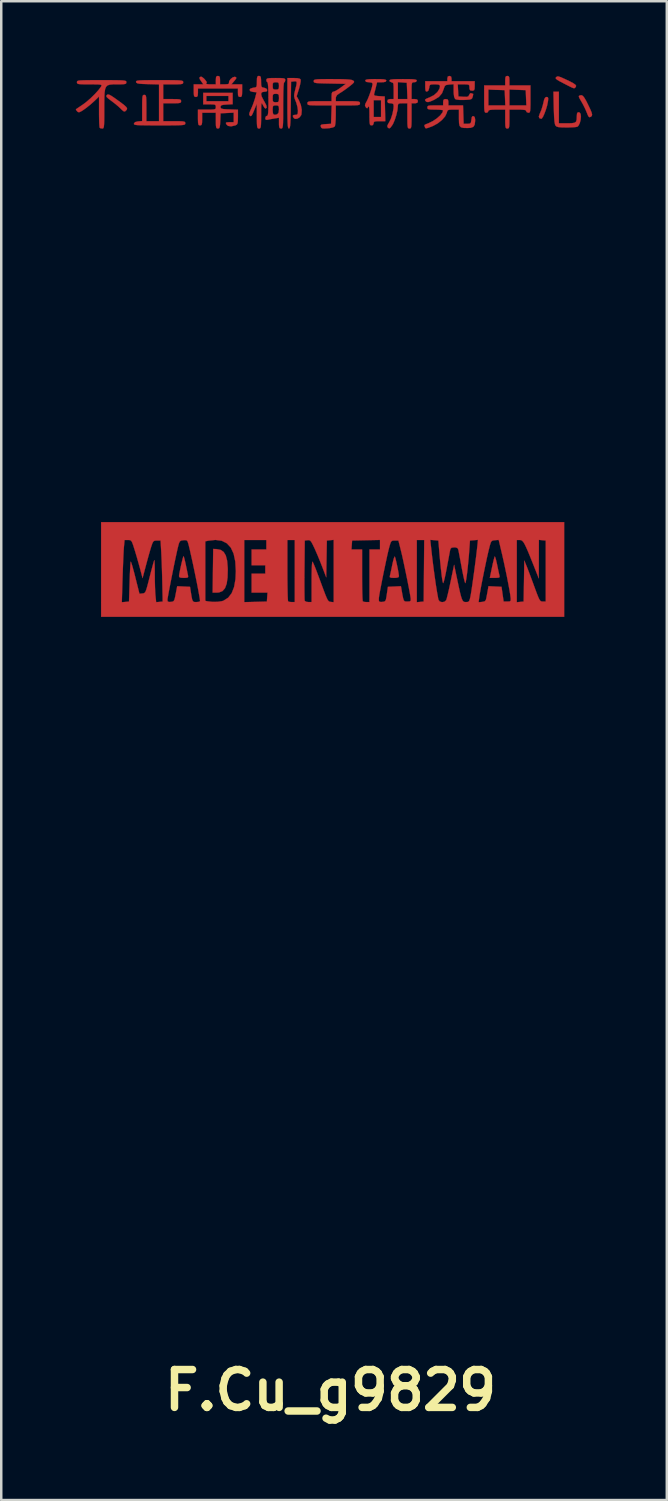
<source format=kicad_pcb>
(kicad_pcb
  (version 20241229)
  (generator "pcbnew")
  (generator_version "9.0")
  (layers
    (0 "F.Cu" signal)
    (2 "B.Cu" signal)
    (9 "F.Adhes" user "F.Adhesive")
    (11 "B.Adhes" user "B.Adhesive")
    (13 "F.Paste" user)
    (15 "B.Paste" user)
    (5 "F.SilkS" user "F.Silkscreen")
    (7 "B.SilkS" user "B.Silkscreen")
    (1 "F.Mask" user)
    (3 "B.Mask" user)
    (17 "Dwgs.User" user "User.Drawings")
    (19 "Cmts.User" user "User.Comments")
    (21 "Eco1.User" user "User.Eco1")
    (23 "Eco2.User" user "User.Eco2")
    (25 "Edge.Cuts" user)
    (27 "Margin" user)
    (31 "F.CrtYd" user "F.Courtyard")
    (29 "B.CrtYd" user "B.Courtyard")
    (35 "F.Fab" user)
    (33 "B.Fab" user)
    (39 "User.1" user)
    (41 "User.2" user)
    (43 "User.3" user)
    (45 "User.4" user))
  (footprint "F.Cu_g9829"
    (layer "F.Cu")
    (at 10.247 52.879)
    (property "Reference" "F.Cu_g9829" (at 0 0 0) (layer "F.SilkS") (effects (font (size 1.524 1.524) (thickness 0.3))))
    (attr through_hole)
    (fp_poly (pts (xy -4.582 -33.839) (xy -4.42 -33.807) (xy -4.298 -33.724) (xy -4.213 -33.581) (xy -4.16 -33.374) (xy -4.136 -33.093) (xy -4.134 -33.02) (xy -4.142 -32.696) (xy -4.178 -32.447) (xy -4.245 -32.267) (xy -4.345 -32.152) (xy -4.481 -32.096) (xy -4.571 -32.089) (xy -4.743 -32.089) (xy -4.732 -32.967) (xy -4.72 -33.846) (xy -4.582 -33.839)) (stroke (width 0.01) (type solid)) (fill yes) (layer "F.Cu"))
    (fp_poly (pts (xy 6.624 -33.517) (xy 6.653 -33.423) (xy 6.687 -33.28) (xy 6.704 -33.199) (xy 6.74 -33.024) (xy 6.772 -32.875) (xy 6.795 -32.775) (xy 6.8 -32.755) (xy 6.801 -32.711) (xy 6.759 -32.689) (xy 6.655 -32.682) (xy 6.615 -32.681) (xy 6.408 -32.681) (xy 6.495 -33.101) (xy 6.534 -33.28) (xy 6.569 -33.425) (xy 6.596 -33.519) (xy 6.606 -33.544) (xy 6.624 -33.517)) (stroke (width 0.01) (type solid)) (fill yes) (layer "F.Cu"))
    (fp_poly (pts (xy -8.911 -52.123) (xy -8.831 -52.082) (xy -8.708 -52.001) (xy -8.595 -51.92) (xy -8.411 -51.786) (xy -8.287 -51.689) (xy -8.215 -51.621) (xy -8.186 -51.572) (xy -8.191 -51.531) (xy -8.213 -51.498) (xy -8.265 -51.448) (xy -8.315 -51.447) (xy -8.386 -51.501) (xy -8.445 -51.561) (xy -8.542 -51.652) (xy -8.679 -51.765) (xy -8.812 -51.867) (xy -8.939 -51.963) (xy -9.005 -52.026) (xy -9.021 -52.069) (xy -8.998 -52.107) (xy -8.962 -52.129) (xy -8.911 -52.123)) (stroke (width 0.01) (type solid)) (fill yes) (layer "F.Cu"))
    (fp_poly (pts (xy -5.899 -33.524) (xy -5.872 -33.429) (xy -5.839 -33.287) (xy -5.825 -33.222) (xy -5.789 -33.048) (xy -5.758 -32.896) (xy -5.737 -32.793) (xy -5.733 -32.777) (xy -5.729 -32.718) (xy -5.761 -32.69) (xy -5.85 -32.682) (xy -5.905 -32.681) (xy -6.026 -32.688) (xy -6.083 -32.712) (xy -6.095 -32.755) (xy -6.086 -32.83) (xy -6.062 -32.955) (xy -6.03 -33.109) (xy -5.994 -33.269) (xy -5.959 -33.412) (xy -5.931 -33.515) (xy -5.916 -33.553) (xy -5.899 -33.524)) (stroke (width 0.01) (type solid)) (fill yes) (layer "F.Cu"))
    (fp_poly (pts (xy 2.605 -33.486) (xy 2.634 -33.373) (xy 2.668 -33.224) (xy 2.702 -33.062) (xy 2.73 -32.91) (xy 2.748 -32.792) (xy 2.752 -32.744) (xy 2.726 -32.703) (xy 2.64 -32.684) (xy 2.558 -32.681) (xy 2.44 -32.686) (xy 2.388 -32.706) (xy 2.384 -32.748) (xy 2.386 -32.755) (xy 2.404 -32.829) (xy 2.433 -32.962) (xy 2.468 -33.13) (xy 2.482 -33.2) (xy 2.518 -33.359) (xy 2.551 -33.477) (xy 2.577 -33.536) (xy 2.586 -33.538) (xy 2.605 -33.486)) (stroke (width 0.01) (type solid)) (fill yes) (layer "F.Cu"))
    (fp_poly (pts (xy 8.739 -52.019) (xy 8.757 -51.978) (xy 8.751 -51.883) (xy 8.743 -51.827) (xy 8.712 -51.68) (xy 8.664 -51.517) (xy 8.607 -51.362) (xy 8.55 -51.236) (xy 8.501 -51.162) (xy 8.486 -51.152) (xy 8.421 -51.165) (xy 8.397 -51.183) (xy 8.379 -51.244) (xy 8.414 -51.351) (xy 8.431 -51.384) (xy 8.485 -51.516) (xy 8.536 -51.684) (xy 8.56 -51.783) (xy 8.595 -51.926) (xy 8.632 -52.001) (xy 8.679 -52.027) (xy 8.692 -52.028) (xy 8.739 -52.019)) (stroke (width 0.01) (type solid)) (fill yes) (layer "F.Cu"))
    (fp_poly (pts (xy 10.154 -52.069) (xy 10.215 -51.991) (xy 10.293 -51.855) (xy 10.365 -51.71) (xy 10.454 -51.522) (xy 10.506 -51.395) (xy 10.523 -51.312) (xy 10.508 -51.262) (xy 10.466 -51.228) (xy 10.416 -51.213) (xy 10.377 -51.243) (xy 10.335 -51.332) (xy 10.312 -51.393) (xy 10.247 -51.547) (xy 10.159 -51.724) (xy 10.097 -51.833) (xy 10.023 -51.96) (xy 9.99 -52.033) (xy 9.994 -52.07) (xy 10.03 -52.09) (xy 10.04 -52.093) (xy 10.099 -52.099) (xy 10.154 -52.069)) (stroke (width 0.01) (type solid)) (fill yes) (layer "F.Cu"))
    (fp_poly (pts (xy 9.265 -52.823) (xy 9.41 -52.758) (xy 9.426 -52.751) (xy 9.633 -52.652) (xy 9.771 -52.578) (xy 9.85 -52.522) (xy 9.88 -52.478) (xy 9.869 -52.438) (xy 9.861 -52.427) (xy 9.836 -52.396) (xy 9.81 -52.38) (xy 9.771 -52.384) (xy 9.701 -52.411) (xy 9.588 -52.467) (xy 9.415 -52.556) (xy 9.386 -52.571) (xy 9.216 -52.66) (xy 9.113 -52.722) (xy 9.063 -52.766) (xy 9.058 -52.8) (xy 9.076 -52.824) (xy 9.116 -52.852) (xy 9.173 -52.852) (xy 9.265 -52.823)) (stroke (width 0.01) (type solid)) (fill yes) (layer "F.Cu"))
    (fp_poly (pts (xy 9.186 -50.969) (xy 9.52 -50.969) (xy 9.702 -50.973) (xy 9.816 -50.991) (xy 9.877 -51.035) (xy 9.901 -51.117) (xy 9.906 -51.241) (xy 9.916 -51.363) (xy 9.952 -51.414) (xy 10.016 -51.406) (xy 10.06 -51.349) (xy 10.073 -51.24) (xy 10.061 -51.107) (xy 10.027 -50.975) (xy 9.974 -50.871) (xy 9.935 -50.833) (xy 9.872 -50.819) (xy 9.747 -50.808) (xy 9.582 -50.802) (xy 9.498 -50.801) (xy 9.303 -50.804) (xy 9.175 -50.815) (xy 9.097 -50.837) (xy 9.054 -50.87) (xy 9.029 -50.929) (xy 9.009 -51.042) (xy 8.995 -51.219) (xy 8.985 -51.468) (xy 8.981 -51.59) (xy 8.967 -52.239) (xy 9.186 -52.239) (xy 9.186 -50.969)) (stroke (width 0.01) (type solid)) (fill yes) (layer "F.Cu"))
    (fp_poly (pts (xy -1.322 -52.783) (xy -1.233 -52.76) (xy -1.201 -52.727) (xy -1.201 -52.658) (xy -1.223 -52.534) (xy -1.263 -52.38) (xy -1.269 -52.359) (xy -1.362 -52.055) (xy -1.275 -51.901) (xy -1.194 -51.706) (xy -1.157 -51.506) (xy -1.17 -51.333) (xy -1.18 -51.299) (xy -1.244 -51.209) (xy -1.335 -51.155) (xy -1.427 -51.146) (xy -1.486 -51.186) (xy -1.52 -51.266) (xy -1.485 -51.302) (xy -1.418 -51.308) (xy -1.35 -51.317) (xy -1.32 -51.36) (xy -1.312 -51.46) (xy -1.312 -51.48) (xy -1.33 -51.625) (xy -1.375 -51.79) (xy -1.4 -51.855) (xy -1.447 -51.973) (xy -1.465 -52.063) (xy -1.457 -52.162) (xy -1.423 -52.304) (xy -1.421 -52.314) (xy -1.378 -52.485) (xy -1.361 -52.589) (xy -1.37 -52.642) (xy -1.409 -52.659) (xy -1.471 -52.655) (xy -1.587 -52.642) (xy -1.599 -51.7) (xy -1.603 -51.389) (xy -1.609 -51.153) (xy -1.616 -50.982) (xy -1.626 -50.867) (xy -1.639 -50.798) (xy -1.656 -50.765) (xy -1.673 -50.758) (xy -1.693 -50.768) (xy -1.708 -50.805) (xy -1.72 -50.878) (xy -1.727 -50.996) (xy -1.732 -51.169) (xy -1.735 -51.407) (xy -1.736 -51.719) (xy -1.736 -51.774) (xy -1.736 -52.79) (xy -1.48 -52.79) (xy -1.322 -52.783)) (stroke (width 0.01) (type solid)) (fill yes) (layer "F.Cu"))
    (fp_poly (pts (xy -4.474 -52.86) (xy -4.45 -52.803) (xy -4.445 -52.705) (xy -4.445 -52.536) (xy -4.256 -52.536) (xy -4.133 -52.544) (xy -4.085 -52.57) (xy -4.087 -52.589) (xy -4.077 -52.666) (xy -4.016 -52.751) (xy -3.932 -52.818) (xy -3.851 -52.84) (xy -3.837 -52.837) (xy -3.793 -52.812) (xy -3.794 -52.775) (xy -3.846 -52.703) (xy -3.873 -52.671) (xy -3.987 -52.536) (xy -3.556 -52.536) (xy -3.556 -52.282) (xy -3.559 -52.14) (xy -3.573 -52.063) (xy -3.603 -52.032) (xy -3.641 -52.028) (xy -3.696 -52.042) (xy -3.721 -52.099) (xy -3.725 -52.197) (xy -3.725 -52.366) (xy -5.334 -52.366) (xy -5.334 -52.197) (xy -5.341 -52.086) (xy -5.37 -52.037) (xy -5.419 -52.028) (xy -5.466 -52.037) (xy -5.492 -52.078) (xy -5.502 -52.169) (xy -5.503 -52.282) (xy -5.503 -52.536) (xy -5.117 -52.536) (xy -5.21 -52.667) (xy -5.267 -52.758) (xy -5.272 -52.81) (xy -5.245 -52.836) (xy -5.182 -52.84) (xy -5.097 -52.775) (xy -5.065 -52.742) (xy -4.993 -52.652) (xy -4.979 -52.599) (xy -5.002 -52.573) (xy -5.002 -52.551) (xy -4.923 -52.539) (xy -4.837 -52.536) (xy -4.614 -52.536) (xy -4.614 -52.705) (xy -4.607 -52.816) (xy -4.579 -52.865) (xy -4.53 -52.874) (xy -4.474 -52.86)) (stroke (width 0.01) (type solid)) (fill yes) (layer "F.Cu"))
    (fp_poly (pts (xy 2.018 -52.745) (xy 2.144 -52.738) (xy 2.214 -52.722) (xy 2.242 -52.697) (xy 2.244 -52.684) (xy 2.218 -52.641) (xy 2.132 -52.623) (xy 2.058 -52.62) (xy 1.873 -52.62) (xy 1.823 -52.419) (xy 1.79 -52.285) (xy 1.761 -52.177) (xy 1.753 -52.146) (xy 1.753 -52.103) (xy 1.799 -52.079) (xy 1.906 -52.065) (xy 1.956 -52.062) (xy 2.18 -52.049) (xy 2.192 -51.551) (xy 2.204 -51.054) (xy 1.97 -51.054) (xy 1.835 -51.05) (xy 1.764 -51.035) (xy 1.738 -51) (xy 1.736 -50.969) (xy 1.706 -50.899) (xy 1.651 -50.885) (xy 1.612 -50.891) (xy 1.587 -50.919) (xy 1.573 -50.985) (xy 1.567 -51.105) (xy 1.565 -51.293) (xy 1.565 -51.297) (xy 1.563 -51.486) (xy 1.555 -51.6) (xy 1.543 -51.647) (xy 1.522 -51.638) (xy 1.517 -51.629) (xy 1.476 -51.573) (xy 1.44 -51.59) (xy 1.415 -51.622) (xy 1.386 -51.686) (xy 1.403 -51.759) (xy 1.443 -51.831) (xy 1.478 -51.901) (xy 1.736 -51.901) (xy 1.736 -51.223) (xy 2.032 -51.223) (xy 2.032 -51.901) (xy 1.736 -51.901) (xy 1.478 -51.901) (xy 1.496 -51.937) (xy 1.557 -52.088) (xy 1.616 -52.255) (xy 1.664 -52.412) (xy 1.69 -52.53) (xy 1.693 -52.561) (xy 1.654 -52.606) (xy 1.545 -52.62) (xy 1.436 -52.634) (xy 1.397 -52.678) (xy 1.397 -52.684) (xy 1.411 -52.713) (xy 1.462 -52.732) (xy 1.565 -52.743) (xy 1.732 -52.747) (xy 1.82 -52.747) (xy 2.018 -52.745)) (stroke (width 0.01) (type solid)) (fill yes) (layer "F.Cu"))
    (fp_poly (pts (xy 7.165 -52.862) (xy 7.19 -52.81) (xy 7.197 -52.698) (xy 7.197 -52.684) (xy 7.197 -52.493) (xy 8.043 -52.493) (xy 8.043 -51.943) (xy 8.043 -51.718) (xy 8.039 -51.565) (xy 8.031 -51.469) (xy 8.015 -51.417) (xy 7.991 -51.396) (xy 7.959 -51.393) (xy 7.89 -51.419) (xy 7.874 -51.456) (xy 7.858 -51.489) (xy 7.8 -51.508) (xy 7.685 -51.518) (xy 7.535 -51.52) (xy 7.197 -51.52) (xy 7.197 -51.139) (xy 7.195 -50.958) (xy 7.189 -50.845) (xy 7.173 -50.785) (xy 7.145 -50.761) (xy 7.112 -50.758) (xy 7.072 -50.764) (xy 7.047 -50.794) (xy 7.033 -50.863) (xy 7.028 -50.988) (xy 7.027 -51.139) (xy 7.027 -51.52) (xy 6.689 -51.52) (xy 6.515 -51.517) (xy 6.411 -51.506) (xy 6.361 -51.484) (xy 6.35 -51.456) (xy 6.315 -51.404) (xy 6.265 -51.393) (xy 6.231 -51.397) (xy 6.207 -51.42) (xy 6.192 -51.475) (xy 6.184 -51.575) (xy 6.182 -51.689) (xy 6.35 -51.689) (xy 7.031 -51.689) (xy 7.197 -51.689) (xy 7.878 -51.689) (xy 7.865 -51.996) (xy 7.853 -52.303) (xy 7.525 -52.315) (xy 7.197 -52.328) (xy 7.197 -51.689) (xy 7.031 -51.689) (xy 7.019 -51.996) (xy 7.006 -52.303) (xy 6.678 -52.315) (xy 6.35 -52.328) (xy 6.35 -51.689) (xy 6.182 -51.689) (xy 6.181 -51.734) (xy 6.181 -51.943) (xy 6.181 -52.493) (xy 7.027 -52.493) (xy 7.027 -52.684) (xy 7.033 -52.803) (xy 7.056 -52.859) (xy 7.106 -52.874) (xy 7.112 -52.874) (xy 7.165 -52.862)) (stroke (width 0.01) (type solid)) (fill yes) (layer "F.Cu"))
    (fp_poly (pts (xy 4.711 -51.929) (xy 4.739 -51.871) (xy 4.741 -51.816) (xy 4.741 -51.689) (xy 5.331 -51.689) (xy 5.343 -51.319) (xy 5.355 -50.948) (xy 5.503 -50.948) (xy 5.6 -50.955) (xy 5.645 -50.99) (xy 5.662 -51.08) (xy 5.665 -51.109) (xy 5.683 -51.217) (xy 5.718 -51.257) (xy 5.749 -51.256) (xy 5.797 -51.224) (xy 5.816 -51.139) (xy 5.817 -51.062) (xy 5.799 -50.912) (xy 5.744 -50.825) (xy 5.634 -50.786) (xy 5.512 -50.779) (xy 5.35 -50.784) (xy 5.249 -50.807) (xy 5.193 -50.865) (xy 5.17 -50.973) (xy 5.165 -51.147) (xy 5.165 -51.18) (xy 5.165 -51.52) (xy 4.935 -51.52) (xy 4.802 -51.517) (xy 4.731 -51.5) (xy 4.696 -51.458) (xy 4.677 -51.388) (xy 4.611 -51.249) (xy 4.484 -51.103) (xy 4.316 -50.968) (xy 4.126 -50.863) (xy 4.08 -50.844) (xy 3.942 -50.792) (xy 3.863 -50.767) (xy 3.824 -50.768) (xy 3.805 -50.793) (xy 3.792 -50.827) (xy 3.775 -50.874) (xy 3.784 -50.903) (xy 3.836 -50.931) (xy 3.937 -50.97) (xy 4.115 -51.057) (xy 4.281 -51.169) (xy 4.416 -51.29) (xy 4.504 -51.407) (xy 4.529 -51.488) (xy 4.491 -51.503) (xy 4.388 -51.514) (xy 4.242 -51.52) (xy 4.212 -51.52) (xy 4.05 -51.522) (xy 3.955 -51.531) (xy 3.909 -51.552) (xy 3.895 -51.589) (xy 3.895 -51.604) (xy 3.902 -51.648) (xy 3.936 -51.673) (xy 4.015 -51.685) (xy 4.155 -51.689) (xy 4.212 -51.689) (xy 4.53 -51.689) (xy 4.53 -51.816) (xy 4.541 -51.907) (xy 4.589 -51.94) (xy 4.636 -51.943) (xy 4.711 -51.929)) (stroke (width 0.01) (type solid)) (fill yes) (layer "F.Cu"))
    (fp_poly (pts (xy -2.83 -52.864) (xy -2.804 -52.82) (xy -2.795 -52.722) (xy -2.794 -52.644) (xy -2.791 -52.512) (xy -2.775 -52.441) (xy -2.736 -52.411) (xy -2.678 -52.401) (xy -2.581 -52.365) (xy -2.548 -52.313) (xy -2.557 -52.26) (xy -2.625 -52.24) (xy -2.664 -52.239) (xy -2.759 -52.219) (xy -2.794 -52.154) (xy -2.767 -52.04) (xy -2.68 -51.873) (xy -2.666 -51.85) (xy -2.586 -51.698) (xy -2.566 -51.602) (xy -2.606 -51.563) (xy -2.619 -51.562) (xy -2.658 -51.596) (xy -2.71 -51.68) (xy -2.72 -51.7) (xy -2.748 -51.753) (xy -2.767 -51.772) (xy -2.78 -51.748) (xy -2.786 -51.669) (xy -2.79 -51.527) (xy -2.791 -51.311) (xy -2.791 -51.297) (xy -2.793 -51.075) (xy -2.798 -50.924) (xy -2.807 -50.83) (xy -2.823 -50.781) (xy -2.849 -50.761) (xy -2.879 -50.758) (xy -2.915 -50.763) (xy -2.939 -50.788) (xy -2.954 -50.846) (xy -2.961 -50.953) (xy -2.965 -51.122) (xy -2.965 -51.255) (xy -2.967 -51.752) (xy -3.077 -51.485) (xy -3.138 -51.344) (xy -3.181 -51.272) (xy -3.216 -51.256) (xy -3.243 -51.273) (xy -3.27 -51.319) (xy -3.263 -51.386) (xy -3.219 -51.496) (xy -3.195 -51.548) (xy -3.121 -51.723) (xy -3.055 -51.914) (xy -3.032 -51.992) (xy -2.974 -52.218) (xy -3.12 -52.231) (xy -3.225 -52.261) (xy -3.258 -52.312) (xy -3.222 -52.365) (xy -3.117 -52.399) (xy -3.101 -52.401) (xy -3.022 -52.412) (xy -2.981 -52.441) (xy -2.966 -52.511) (xy -2.963 -52.642) (xy -2.963 -52.644) (xy -2.96 -52.778) (xy -2.943 -52.847) (xy -2.907 -52.872) (xy -2.879 -52.874) (xy -2.83 -52.864)) (stroke (width 0.01) (type solid)) (fill yes) (layer "F.Cu"))
    (fp_poly (pts (xy -3.937 -51.736) (xy -4.18 -51.723) (xy -4.319 -51.712) (xy -4.393 -51.692) (xy -4.421 -51.656) (xy -4.424 -51.626) (xy -4.416 -51.583) (xy -4.382 -51.557) (xy -4.305 -51.541) (xy -4.169 -51.532) (xy -4.075 -51.529) (xy -3.725 -51.516) (xy -3.725 -51.221) (xy -3.728 -51.064) (xy -3.739 -50.972) (xy -3.765 -50.921) (xy -3.815 -50.891) (xy -3.834 -50.884) (xy -4 -50.845) (xy -4.125 -50.865) (xy -4.191 -50.927) (xy -4.212 -50.981) (xy -4.187 -51.005) (xy -4.098 -51.012) (xy -4.065 -51.012) (xy -3.895 -51.012) (xy -3.895 -51.397) (xy -4.159 -51.384) (xy -4.424 -51.371) (xy -4.436 -51.065) (xy -4.445 -50.905) (xy -4.46 -50.812) (xy -4.485 -50.769) (xy -4.526 -50.758) (xy -4.532 -50.758) (xy -4.574 -50.766) (xy -4.599 -50.801) (xy -4.611 -50.882) (xy -4.614 -51.025) (xy -4.614 -51.075) (xy -4.614 -51.393) (xy -5.165 -51.393) (xy -5.165 -51.139) (xy -5.168 -50.997) (xy -5.181 -50.92) (xy -5.212 -50.889) (xy -5.249 -50.885) (xy -5.293 -50.892) (xy -5.318 -50.926) (xy -5.33 -51.005) (xy -5.334 -51.145) (xy -5.334 -51.202) (xy -5.334 -51.52) (xy -4.974 -51.52) (xy -4.8 -51.521) (xy -4.694 -51.527) (xy -4.638 -51.543) (xy -4.618 -51.575) (xy -4.614 -51.626) (xy -4.62 -51.684) (xy -4.649 -51.716) (xy -4.722 -51.729) (xy -4.859 -51.731) (xy -4.868 -51.731) (xy -5.122 -51.731) (xy -5.122 -52.07) (xy -4.995 -52.07) (xy -4.995 -51.858) (xy -4.106 -51.858) (xy -4.106 -52.07) (xy -4.995 -52.07) (xy -5.122 -52.07) (xy -5.122 -52.197) (xy -3.937 -52.197) (xy -3.937 -51.736)) (stroke (width 0.01) (type solid)) (fill yes) (layer "F.Cu"))
    (fp_poly (pts (xy -8.893 -52.705) (xy -8.652 -52.703) (xy -8.476 -52.7) (xy -8.355 -52.694) (xy -8.278 -52.684) (xy -8.235 -52.67) (xy -8.217 -52.651) (xy -8.213 -52.625) (xy -8.213 -52.62) (xy -8.219 -52.58) (xy -8.249 -52.555) (xy -8.319 -52.542) (xy -8.445 -52.536) (xy -8.589 -52.536) (xy -8.751 -52.535) (xy -8.875 -52.525) (xy -8.966 -52.497) (xy -9.028 -52.44) (xy -9.068 -52.345) (xy -9.09 -52.2) (xy -9.099 -51.997) (xy -9.102 -51.724) (xy -9.102 -51.542) (xy -9.102 -51.266) (xy -9.104 -51.064) (xy -9.11 -50.923) (xy -9.119 -50.834) (xy -9.133 -50.784) (xy -9.153 -50.762) (xy -9.179 -50.758) (xy -9.26 -50.771) (xy -9.285 -50.786) (xy -9.295 -50.836) (xy -9.304 -50.955) (xy -9.31 -51.128) (xy -9.313 -51.337) (xy -9.313 -51.43) (xy -9.313 -52.046) (xy -9.514 -51.852) (xy -9.661 -51.721) (xy -9.824 -51.591) (xy -9.921 -51.521) (xy -10.039 -51.445) (xy -10.11 -51.414) (xy -10.158 -51.421) (xy -10.193 -51.45) (xy -10.239 -51.509) (xy -10.242 -51.533) (xy -10.2 -51.563) (xy -10.107 -51.626) (xy -9.982 -51.711) (xy -9.966 -51.721) (xy -9.812 -51.838) (xy -9.642 -51.987) (xy -9.478 -52.148) (xy -9.338 -52.302) (xy -9.241 -52.43) (xy -9.226 -52.455) (xy -9.213 -52.489) (xy -9.223 -52.512) (xy -9.27 -52.526) (xy -9.366 -52.533) (xy -9.525 -52.535) (xy -9.693 -52.536) (xy -9.908 -52.536) (xy -10.052 -52.541) (xy -10.139 -52.55) (xy -10.184 -52.568) (xy -10.2 -52.595) (xy -10.202 -52.62) (xy -10.199 -52.647) (xy -10.184 -52.668) (xy -10.146 -52.683) (xy -10.075 -52.693) (xy -9.961 -52.699) (xy -9.794 -52.703) (xy -9.564 -52.705) (xy -9.262 -52.705) (xy -9.207 -52.705) (xy -8.893 -52.705)) (stroke (width 0.01) (type solid)) (fill yes) (layer "F.Cu"))
    (fp_poly (pts (xy 4.85 -52.85) (xy 4.868 -52.769) (xy 4.868 -52.663) (xy 5.8 -52.663) (xy 5.8 -52.472) (xy 5.795 -52.355) (xy 5.774 -52.299) (xy 5.722 -52.282) (xy 5.694 -52.282) (xy 5.618 -52.295) (xy 5.591 -52.353) (xy 5.588 -52.409) (xy 5.584 -52.481) (xy 5.559 -52.519) (xy 5.491 -52.533) (xy 5.36 -52.536) (xy 5.118 -52.536) (xy 5.131 -52.292) (xy 5.144 -52.049) (xy 5.348 -52.036) (xy 5.474 -52.033) (xy 5.54 -52.05) (xy 5.57 -52.095) (xy 5.576 -52.112) (xy 5.618 -52.177) (xy 5.661 -52.178) (xy 5.723 -52.157) (xy 5.736 -52.155) (xy 5.737 -52.119) (xy 5.719 -52.038) (xy 5.698 -51.978) (xy 5.662 -51.942) (xy 5.591 -51.923) (xy 5.465 -51.913) (xy 5.38 -51.909) (xy 5.193 -51.909) (xy 5.063 -51.925) (xy 5.013 -51.946) (xy 4.973 -52.028) (xy 4.954 -52.189) (xy 4.953 -52.268) (xy 4.953 -52.541) (xy 4.776 -52.528) (xy 4.661 -52.512) (xy 4.601 -52.475) (xy 4.567 -52.394) (xy 4.561 -52.371) (xy 4.484 -52.175) (xy 4.36 -52.03) (xy 4.172 -51.916) (xy 4.022 -51.85) (xy 3.927 -51.823) (xy 3.865 -51.83) (xy 3.817 -51.871) (xy 3.815 -51.874) (xy 3.801 -51.913) (xy 3.842 -51.951) (xy 3.948 -51.997) (xy 3.988 -52.012) (xy 4.162 -52.102) (xy 4.3 -52.226) (xy 4.385 -52.365) (xy 4.403 -52.457) (xy 4.389 -52.505) (xy 4.335 -52.528) (xy 4.221 -52.536) (xy 4.194 -52.536) (xy 4.069 -52.533) (xy 4.006 -52.514) (xy 3.98 -52.465) (xy 3.971 -52.398) (xy 3.938 -52.285) (xy 3.884 -52.247) (xy 3.84 -52.251) (xy 3.818 -52.298) (xy 3.81 -52.406) (xy 3.81 -52.448) (xy 3.81 -52.663) (xy 4.699 -52.663) (xy 4.699 -52.769) (xy 4.719 -52.851) (xy 4.784 -52.874) (xy 4.85 -52.85)) (stroke (width 0.01) (type solid)) (fill yes) (layer "F.Cu"))
    (fp_poly (pts (xy -6.574 -52.705) (xy -6.341 -52.703) (xy -6.171 -52.7) (xy -6.056 -52.693) (xy -5.984 -52.683) (xy -5.945 -52.668) (xy -5.93 -52.647) (xy -5.927 -52.62) (xy -5.933 -52.581) (xy -5.961 -52.556) (xy -6.028 -52.543) (xy -6.149 -52.537) (xy -6.329 -52.536) (xy -6.731 -52.536) (xy -6.731 -51.943) (xy -6.371 -51.943) (xy -6.196 -51.941) (xy -6.089 -51.934) (xy -6.034 -51.917) (xy -6.014 -51.887) (xy -6.011 -51.858) (xy -6.018 -51.817) (xy -6.049 -51.792) (xy -6.121 -51.779) (xy -6.251 -51.774) (xy -6.371 -51.774) (xy -6.731 -51.774) (xy -6.731 -51.054) (xy -6.287 -51.054) (xy -6.088 -51.053) (xy -5.96 -51.048) (xy -5.886 -51.036) (xy -5.852 -51.014) (xy -5.842 -50.98) (xy -5.842 -50.969) (xy -5.845 -50.943) (xy -5.86 -50.923) (xy -5.897 -50.908) (xy -5.966 -50.898) (xy -6.078 -50.891) (xy -6.24 -50.887) (xy -6.465 -50.885) (xy -6.76 -50.885) (xy -6.882 -50.885) (xy -7.206 -50.885) (xy -7.454 -50.887) (xy -7.637 -50.89) (xy -7.765 -50.896) (xy -7.846 -50.905) (xy -7.89 -50.918) (xy -7.908 -50.936) (xy -7.909 -50.959) (xy -7.863 -51.017) (xy -7.749 -51.045) (xy -7.736 -51.046) (xy -7.578 -51.059) (xy -7.578 -51.586) (xy -7.577 -51.805) (xy -7.573 -51.953) (xy -7.564 -52.044) (xy -7.547 -52.092) (xy -7.521 -52.11) (xy -7.493 -52.112) (xy -7.458 -52.108) (xy -7.434 -52.084) (xy -7.419 -52.028) (xy -7.412 -51.925) (xy -7.409 -51.763) (xy -7.408 -51.583) (xy -7.408 -51.054) (xy -6.9 -51.054) (xy -6.9 -52.533) (xy -7.355 -52.545) (xy -7.559 -52.552) (xy -7.693 -52.562) (xy -7.772 -52.578) (xy -7.811 -52.602) (xy -7.824 -52.631) (xy -7.823 -52.655) (xy -7.804 -52.673) (xy -7.757 -52.686) (xy -7.671 -52.695) (xy -7.537 -52.701) (xy -7.345 -52.704) (xy -7.084 -52.705) (xy -6.882 -52.705) (xy -6.574 -52.705)) (stroke (width 0.01) (type solid)) (fill yes) (layer "F.Cu"))
    (fp_poly (pts (xy 0.372 -52.746) (xy 0.593 -52.74) (xy 0.75 -52.729) (xy 0.851 -52.713) (xy 0.907 -52.691) (xy 0.909 -52.69) (xy 0.945 -52.656) (xy 0.944 -52.619) (xy 0.896 -52.565) (xy 0.791 -52.478) (xy 0.761 -52.454) (xy 0.615 -52.344) (xy 0.468 -52.242) (xy 0.373 -52.183) (xy 0.264 -52.107) (xy 0.218 -52.028) (xy 0.212 -51.975) (xy 0.212 -51.858) (xy 0.699 -51.858) (xy 0.908 -51.857) (xy 1.047 -51.853) (xy 1.129 -51.843) (xy 1.17 -51.824) (xy 1.184 -51.794) (xy 1.185 -51.774) (xy 1.18 -51.737) (xy 1.155 -51.713) (xy 1.096 -51.699) (xy 0.988 -51.692) (xy 0.818 -51.689) (xy 0.699 -51.689) (xy 0.212 -51.689) (xy 0.211 -51.297) (xy 0.207 -51.118) (xy 0.196 -50.967) (xy 0.18 -50.868) (xy 0.172 -50.845) (xy 0.104 -50.804) (xy -0.032 -50.775) (xy -0.117 -50.767) (xy -0.259 -50.759) (xy -0.338 -50.767) (xy -0.377 -50.796) (xy -0.392 -50.836) (xy -0.396 -50.887) (xy -0.364 -50.916) (xy -0.275 -50.93) (xy -0.197 -50.936) (xy 0.021 -50.948) (xy 0.033 -51.319) (xy 0.046 -51.689) (xy -0.443 -51.689) (xy -0.652 -51.69) (xy -0.792 -51.694) (xy -0.875 -51.704) (xy -0.916 -51.723) (xy -0.93 -51.753) (xy -0.931 -51.774) (xy -0.926 -51.81) (xy -0.901 -51.834) (xy -0.842 -51.849) (xy -0.734 -51.856) (xy -0.564 -51.858) (xy -0.445 -51.858) (xy 0.042 -51.858) (xy 0.042 -52.049) (xy 0.049 -52.17) (xy 0.074 -52.227) (xy 0.116 -52.24) (xy 0.188 -52.265) (xy 0.299 -52.328) (xy 0.402 -52.399) (xy 0.614 -52.557) (xy -0.032 -52.569) (xy -0.278 -52.574) (xy -0.453 -52.58) (xy -0.567 -52.588) (xy -0.634 -52.602) (xy -0.667 -52.622) (xy -0.677 -52.65) (xy -0.677 -52.664) (xy -0.673 -52.694) (xy -0.654 -52.715) (xy -0.608 -52.73) (xy -0.523 -52.74) (xy -0.388 -52.745) (xy -0.192 -52.747) (xy 0.077 -52.747) (xy 0.372 -52.746)) (stroke (width 0.01) (type solid)) (fill yes) (layer "F.Cu"))
    (fp_poly (pts (xy 3.15 -52.746) (xy 3.307 -52.741) (xy 3.405 -52.73) (xy 3.455 -52.713) (xy 3.471 -52.688) (xy 3.471 -52.684) (xy 3.435 -52.633) (xy 3.365 -52.62) (xy 3.313 -52.617) (xy 3.282 -52.594) (xy 3.266 -52.536) (xy 3.26 -52.424) (xy 3.26 -52.282) (xy 3.26 -51.943) (xy 3.387 -51.943) (xy 3.48 -51.93) (xy 3.512 -51.88) (xy 3.514 -51.858) (xy 3.494 -51.796) (xy 3.419 -51.775) (xy 3.387 -51.774) (xy 3.26 -51.774) (xy 3.26 -51.266) (xy 3.259 -51.051) (xy 3.255 -50.907) (xy 3.245 -50.82) (xy 3.228 -50.776) (xy 3.2 -50.759) (xy 3.175 -50.758) (xy 3.139 -50.763) (xy 3.115 -50.787) (xy 3.101 -50.845) (xy 3.093 -50.95) (xy 3.091 -51.116) (xy 3.09 -51.266) (xy 3.09 -51.774) (xy 2.9 -51.774) (xy 2.783 -51.77) (xy 2.727 -51.748) (xy 2.71 -51.696) (xy 2.709 -51.656) (xy 2.692 -51.495) (xy 2.646 -51.299) (xy 2.583 -51.103) (xy 2.513 -50.942) (xy 2.485 -50.896) (xy 2.414 -50.798) (xy 2.367 -50.764) (xy 2.323 -50.782) (xy 2.299 -50.804) (xy 2.282 -50.86) (xy 2.322 -50.951) (xy 2.35 -50.996) (xy 2.428 -51.15) (xy 2.492 -51.349) (xy 2.532 -51.555) (xy 2.54 -51.67) (xy 2.526 -51.744) (xy 2.467 -51.771) (xy 2.413 -51.774) (xy 2.32 -51.787) (xy 2.287 -51.836) (xy 2.286 -51.858) (xy 2.306 -51.92) (xy 2.38 -51.942) (xy 2.413 -51.943) (xy 2.54 -51.943) (xy 2.709 -51.943) (xy 3.094 -51.943) (xy 3.069 -52.599) (xy 2.889 -52.612) (xy 2.709 -52.625) (xy 2.709 -51.943) (xy 2.54 -51.943) (xy 2.54 -52.282) (xy 2.538 -52.45) (xy 2.53 -52.552) (xy 2.511 -52.602) (xy 2.478 -52.619) (xy 2.455 -52.62) (xy 2.386 -52.647) (xy 2.371 -52.684) (xy 2.383 -52.71) (xy 2.428 -52.728) (xy 2.519 -52.74) (xy 2.667 -52.745) (xy 2.886 -52.747) (xy 2.921 -52.747) (xy 3.15 -52.746)) (stroke (width 0.01) (type solid)) (fill yes) (layer "F.Cu"))
    (fp_poly (pts (xy -2.02 -52.788) (xy -1.908 -52.782) (xy -1.848 -52.766) (xy -1.824 -52.738) (xy -1.82 -52.705) (xy -1.838 -52.636) (xy -1.863 -52.62) (xy -1.878 -52.579) (xy -1.89 -52.457) (xy -1.898 -52.259) (xy -1.903 -51.989) (xy -1.905 -51.689) (xy -1.905 -51.386) (xy -1.907 -51.156) (xy -1.91 -50.991) (xy -1.917 -50.879) (xy -1.928 -50.81) (xy -1.944 -50.774) (xy -1.965 -50.76) (xy -1.99 -50.758) (xy -2.04 -50.769) (xy -2.065 -50.815) (xy -2.074 -50.917) (xy -2.074 -50.975) (xy -2.074 -51.192) (xy -2.254 -51.163) (xy -2.392 -51.139) (xy -2.508 -51.116) (xy -2.529 -51.111) (xy -2.602 -51.108) (xy -2.624 -51.162) (xy -2.625 -51.176) (xy -2.599 -51.249) (xy -2.561 -51.266) (xy -2.537 -51.277) (xy -2.52 -51.318) (xy -2.508 -51.401) (xy -2.503 -51.498) (xy -2.328 -51.498) (xy -2.318 -51.369) (xy -2.278 -51.312) (xy -2.196 -51.315) (xy -2.141 -51.334) (xy -2.09 -51.396) (xy -2.074 -51.524) (xy -2.08 -51.631) (xy -2.108 -51.678) (xy -2.18 -51.689) (xy -2.201 -51.689) (xy -2.279 -51.683) (xy -2.316 -51.652) (xy -2.328 -51.57) (xy -2.328 -51.498) (xy -2.503 -51.498) (xy -2.501 -51.537) (xy -2.498 -51.737) (xy -2.498 -51.943) (xy -2.498 -51.985) (xy -2.328 -51.985) (xy -2.323 -51.877) (xy -2.296 -51.828) (xy -2.229 -51.816) (xy -2.201 -51.816) (xy -2.12 -51.823) (xy -2.084 -51.859) (xy -2.075 -51.949) (xy -2.074 -51.985) (xy -2.079 -52.094) (xy -2.107 -52.142) (xy -2.174 -52.154) (xy -2.201 -52.155) (xy -2.283 -52.148) (xy -2.319 -52.112) (xy -2.328 -52.022) (xy -2.328 -51.985) (xy -2.498 -51.985) (xy -2.5 -52.213) (xy -2.508 -52.42) (xy -2.512 -52.472) (xy -2.328 -52.472) (xy -2.321 -52.373) (xy -2.285 -52.332) (xy -2.201 -52.324) (xy -2.116 -52.332) (xy -2.081 -52.374) (xy -2.074 -52.472) (xy -2.081 -52.572) (xy -2.117 -52.613) (xy -2.201 -52.62) (xy -2.287 -52.612) (xy -2.322 -52.57) (xy -2.328 -52.472) (xy -2.512 -52.472) (xy -2.52 -52.557) (xy -2.536 -52.618) (xy -2.54 -52.62) (xy -2.574 -52.656) (xy -2.582 -52.705) (xy -2.576 -52.745) (xy -2.546 -52.77) (xy -2.477 -52.784) (xy -2.352 -52.789) (xy -2.201 -52.79) (xy -2.02 -52.788)) (stroke (width 0.01) (type solid)) (fill yes) (layer "F.Cu"))
    (fp_poly (pts (xy 9.398 -31.115) (xy -9.229 -31.115) (xy -9.229 -31.701) (xy -8.396 -31.701) (xy -8.394 -31.701) (xy 5.957 -31.701) (xy 6.099 -31.715) (xy 6.198 -31.736) (xy 6.247 -31.79) (xy 6.269 -31.877) (xy 6.297 -32.026) (xy 6.326 -32.181) (xy 6.326 -32.186) (xy 6.355 -32.347) (xy 6.879 -32.322) (xy 6.921 -32.025) (xy 6.964 -31.729) (xy 7.112 -31.729) (xy 7.21 -31.734) (xy 7.248 -31.769) (xy 7.248 -31.857) (xy 7.246 -31.877) (xy 7.229 -32.009) (xy 7.196 -32.206) (xy 7.15 -32.453) (xy 7.096 -32.732) (xy 7.035 -33.026) (xy 6.973 -33.318) (xy 6.911 -33.593) (xy 6.893 -33.668) (xy 6.766 -34.205) (xy 7.493 -34.205) (xy 7.493 -31.702) (xy 7.631 -31.716) (xy 7.768 -31.729) (xy 7.782 -32.554) (xy 7.795 -33.38) (xy 7.882 -33.168) (xy 7.928 -33.052) (xy 7.995 -32.877) (xy 8.075 -32.663) (xy 8.161 -32.432) (xy 8.193 -32.343) (xy 8.279 -32.109) (xy 8.343 -31.944) (xy 8.391 -31.835) (xy 8.43 -31.771) (xy 8.468 -31.74) (xy 8.509 -31.73) (xy 8.537 -31.729) (xy 8.657 -31.729) (xy 8.657 -34.184) (xy 8.52 -34.197) (xy 8.382 -34.211) (xy 8.378 -32.66) (xy 8.177 -33.168) (xy 8.051 -33.483) (xy 7.951 -33.727) (xy 7.871 -33.909) (xy 7.808 -34.039) (xy 7.755 -34.125) (xy 7.709 -34.175) (xy 7.664 -34.199) (xy 7.617 -34.205) (xy 7.614 -34.205) (xy 7.493 -34.205) (xy 6.766 -34.205) (xy 6.765 -34.21) (xy 6.613 -34.197) (xy 6.534 -34.187) (xy 6.482 -34.161) (xy 6.446 -34.101) (xy 6.411 -33.989) (xy 6.385 -33.888) (xy 6.343 -33.714) (xy 6.291 -33.486) (xy 6.235 -33.221) (xy 6.176 -32.938) (xy 6.119 -32.656) (xy 6.067 -32.391) (xy 6.025 -32.163) (xy 5.995 -31.99) (xy 5.986 -31.927) (xy 5.957 -31.701) (xy -8.394 -31.701) (xy -8.107 -31.729) (xy -8.083 -32.522) (xy -8.075 -32.772) (xy -8.065 -32.992) (xy -8.055 -33.169) (xy -8.046 -33.288) (xy -8.038 -33.336) (xy -8.038 -33.336) (xy -8.021 -33.305) (xy -7.988 -33.205) (xy -7.943 -33.048) (xy -7.889 -32.849) (xy -7.852 -32.7) (xy -7.687 -32.042) (xy -7.564 -32.055) (xy -7.517 -32.062) (xy -7.48 -32.08) (xy -7.448 -32.122) (xy -7.416 -32.199) (xy -7.378 -32.324) (xy -7.329 -32.509) (xy -7.275 -32.721) (xy -7.218 -32.945) (xy -7.166 -33.138) (xy -7.125 -33.286) (xy -7.098 -33.376) (xy -7.09 -33.395) (xy -7.082 -33.363) (xy -7.076 -33.26) (xy -7.072 -33.102) (xy -7.07 -32.902) (xy -7.07 -32.822) (xy -7.068 -32.578) (xy -7.062 -32.34) (xy -7.054 -32.132) (xy -7.044 -31.98) (xy -7.042 -31.966) (xy -7.015 -31.703) (xy -6.883 -31.716) (xy -6.752 -31.729) (xy -6.753 -31.793) (xy -6.562 -31.793) (xy -6.548 -31.731) (xy -6.493 -31.712) (xy -6.424 -31.716) (xy -6.353 -31.726) (xy -6.308 -31.753) (xy -6.277 -31.814) (xy -6.249 -31.929) (xy -6.228 -32.038) (xy -6.169 -32.346) (xy -5.911 -32.334) (xy -5.653 -32.322) (xy -5.62 -32.11) (xy -5.59 -31.924) (xy -5.565 -31.807) (xy -5.535 -31.742) (xy -5.493 -31.714) (xy -5.429 -31.708) (xy -5.397 -31.708) (xy -5.299 -31.718) (xy -5.251 -31.742) (xy -5.249 -31.747) (xy -5.258 -31.829) (xy -5.283 -31.98) (xy -5.32 -32.185) (xy -5.367 -32.432) (xy -5.422 -32.705) (xy -5.481 -32.991) (xy -5.541 -33.276) (xy -5.601 -33.546) (xy -5.655 -33.787) (xy -5.703 -33.986) (xy -5.719 -34.049) (xy -5.753 -34.152) (xy -5.038 -34.152) (xy -5.038 -31.756) (xy -4.942 -31.738) (xy -4.748 -31.716) (xy -4.546 -31.719) (xy -4.371 -31.744) (xy -4.304 -31.765) (xy -4.118 -31.884) (xy -3.977 -32.066) (xy -3.88 -32.314) (xy -3.824 -32.632) (xy -3.81 -32.956) (xy -3.832 -33.342) (xy -3.899 -33.656) (xy -4.012 -33.899) (xy -4.171 -34.072) (xy -4.376 -34.175) (xy -4.601 -34.205) (xy -3.471 -34.205) (xy -3.471 -31.705) (xy -3.016 -31.717) (xy -2.561 -31.729) (xy -2.548 -31.909) (xy -2.535 -32.089) (xy -3.175 -32.089) (xy -3.175 -32.851) (xy -2.625 -32.851) (xy -2.625 -33.189) (xy -3.175 -33.189) (xy -3.175 -33.824) (xy -2.582 -33.824) (xy -2.582 -34.205) (xy -1.736 -34.205) (xy -1.736 -32.985) (xy -1.735 -32.671) (xy -1.732 -32.386) (xy -1.728 -32.139) (xy -1.723 -31.942) (xy -1.716 -31.805) (xy -1.709 -31.74) (xy -1.707 -31.736) (xy -1.648 -31.715) (xy -1.559 -31.708) (xy -1.439 -31.708) (xy -1.439 -32.406) (xy -1.051 -32.406) (xy -1.05 -32.16) (xy -1.048 -31.963) (xy -1.045 -31.827) (xy -1.04 -31.763) (xy -1.039 -31.761) (xy -0.987 -31.723) (xy -0.89 -31.708) (xy -0.762 -31.708) (xy -0.762 -32.542) (xy -0.76 -32.821) (xy -0.755 -33.048) (xy -0.747 -33.215) (xy -0.736 -33.313) (xy -0.724 -33.335) (xy -0.696 -33.283) (xy -0.646 -33.166) (xy -0.58 -33) (xy -0.504 -32.799) (xy -0.468 -32.703) (xy -0.356 -32.4) (xy -0.27 -32.168) (xy -0.204 -31.996) (xy -0.154 -31.876) (xy -0.115 -31.798) (xy -0.082 -31.752) (xy -0.051 -31.729) (xy -0.018 -31.719) (xy 0.013 -31.715) (xy 0.127 -31.702) (xy 0.127 -33.824) (xy 0.842 -33.824) (xy 1.27 -33.824) (xy 1.27 -32.794) (xy 1.271 -32.507) (xy 1.274 -32.248) (xy 1.279 -32.03) (xy 1.285 -31.864) (xy 1.293 -31.763) (xy 1.298 -31.736) (xy 1.357 -31.715) (xy 1.446 -31.708) (xy 1.566 -31.708) (xy 1.566 -31.767) (xy 1.943 -31.767) (xy 1.968 -31.719) (xy 2.04 -31.712) (xy 2.085 -31.716) (xy 2.157 -31.726) (xy 2.201 -31.753) (xy 2.229 -31.814) (xy 2.251 -31.93) (xy 2.265 -32.025) (xy 2.308 -32.322) (xy 2.57 -32.334) (xy 2.832 -32.347) (xy 2.86 -32.186) (xy 2.895 -31.986) (xy 2.922 -31.855) (xy 2.948 -31.778) (xy 2.981 -31.741) (xy 3.027 -31.73) (xy 3.092 -31.729) (xy 3.19 -31.735) (xy 3.226 -31.769) (xy 3.225 -31.852) (xy 3.225 -31.856) (xy 3.208 -31.966) (xy 3.177 -32.142) (xy 3.134 -32.367) (xy 3.083 -32.625) (xy 3.027 -32.897) (xy 2.97 -33.168) (xy 2.916 -33.421) (xy 2.867 -33.638) (xy 2.827 -33.803) (xy 2.731 -34.184) (xy 2.583 -34.184) (xy 2.504 -34.181) (xy 2.453 -34.158) (xy 2.417 -34.097) (xy 2.38 -33.981) (xy 2.36 -33.909) (xy 2.328 -33.783) (xy 2.285 -33.598) (xy 2.236 -33.37) (xy 2.182 -33.114) (xy 2.126 -32.847) (xy 2.073 -32.584) (xy 2.026 -32.34) (xy 1.986 -32.131) (xy 1.958 -31.973) (xy 1.945 -31.88) (xy 1.945 -31.877) (xy 1.943 -31.767) (xy 1.566 -31.767) (xy 1.566 -33.824) (xy 1.99 -33.824) (xy 1.99 -34.205) (xy 3.471 -34.205) (xy 3.471 -31.702) (xy 3.609 -31.716) (xy 3.747 -31.729) (xy 3.769 -34.205) (xy 3.471 -34.205) (xy 1.99 -34.205) (xy 1.99 -34.208) (xy 1.429 -34.196) (xy 0.868 -34.184) (xy 0.855 -34.004) (xy 0.842 -33.824) (xy 0.127 -33.824) (xy 0.127 -34.211) (xy -0.148 -34.184) (xy -0.173 -32.703) (xy -0.334 -33.126) (xy -0.422 -33.349) (xy -0.52 -33.588) (xy -0.613 -33.802) (xy -0.648 -33.88) (xy -0.725 -34.04) (xy -0.78 -34.138) (xy -0.826 -34.186) (xy -0.876 -34.2) (xy -0.919 -34.198) (xy -1.037 -34.184) (xy -1.048 -32.999) (xy -1.051 -32.689) (xy -1.051 -32.406) (xy -1.439 -32.406) (xy -1.439 -34.205) (xy -1.736 -34.205) (xy -2.582 -34.205) (xy -3.471 -34.205) (xy -4.601 -34.205) (xy -4.628 -34.209) (xy -4.905 -34.179) (xy -5.038 -34.152) (xy -5.753 -34.152) (xy -5.753 -34.153) (xy -5.798 -34.196) (xy -5.885 -34.2) (xy -5.916 -34.197) (xy -6.008 -34.184) (xy -6.062 -34.148) (xy -6.099 -34.068) (xy -6.125 -33.972) (xy -6.155 -33.85) (xy -6.195 -33.669) (xy -6.243 -33.446) (xy -6.296 -33.193) (xy -6.35 -32.925) (xy -6.404 -32.656) (xy -6.454 -32.4) (xy -6.498 -32.172) (xy -6.532 -31.985) (xy -6.554 -31.853) (xy -6.562 -31.793) (xy -6.753 -31.793) (xy -6.768 -32.491) (xy -6.775 -32.78) (xy -6.784 -33.08) (xy -6.794 -33.365) (xy -6.805 -33.607) (xy -6.81 -33.718) (xy -6.837 -34.184) (xy -6.985 -34.184) (xy -7.07 -34.179) (xy -7.124 -34.151) (xy -7.164 -34.08) (xy -7.209 -33.951) (xy -7.25 -33.817) (xy -7.305 -33.627) (xy -7.366 -33.407) (xy -7.423 -33.195) (xy -7.562 -32.671) (xy -7.661 -33.047) (xy -7.723 -33.272) (xy -7.796 -33.529) (xy -7.868 -33.769) (xy -7.882 -33.814) (xy -7.939 -33.994) (xy -7.981 -34.108) (xy -8.018 -34.171) (xy -8.06 -34.199) (xy -8.117 -34.205) (xy -8.145 -34.205) (xy -8.285 -34.205) (xy -8.312 -33.92) (xy -8.321 -33.792) (xy -8.331 -33.597) (xy -8.342 -33.352) (xy -8.353 -33.073) (xy -8.363 -32.777) (xy -8.367 -32.668) (xy -8.396 -31.701) (xy -9.229 -31.701) (xy -9.229 -34.211) (xy 4.013 -34.211) (xy 4.041 -33.944) (xy 4.085 -33.548) (xy 4.134 -33.148) (xy 4.186 -32.761) (xy 4.237 -32.404) (xy 4.287 -32.095) (xy 4.332 -31.848) (xy 4.342 -31.803) (xy 4.393 -31.733) (xy 4.484 -31.704) (xy 4.582 -31.721) (xy 4.651 -31.782) (xy 4.673 -31.847) (xy 4.707 -31.979) (xy 4.751 -32.163) (xy 4.799 -32.382) (xy 4.831 -32.533) (xy 4.972 -33.21) (xy 5.025 -32.956) (xy 5.099 -32.602) (xy 5.158 -32.322) (xy 5.206 -32.108) (xy 5.246 -31.95) (xy 5.281 -31.841) (xy 5.314 -31.77) (xy 5.347 -31.731) (xy 5.385 -31.713) (xy 5.429 -31.708) (xy 5.459 -31.708) (xy 5.533 -31.715) (xy 5.577 -31.752) (xy 5.608 -31.839) (xy 5.626 -31.919) (xy 5.647 -32.031) (xy 5.675 -32.21) (xy 5.709 -32.44) (xy 5.746 -32.704) (xy 5.785 -32.986) (xy 5.822 -33.27) (xy 5.857 -33.539) (xy 5.885 -33.775) (xy 5.904 -33.943) (xy 5.931 -34.211) (xy 5.77 -34.197) (xy 5.609 -34.184) (xy 5.582 -33.803) (xy 5.562 -33.539) (xy 5.537 -33.276) (xy 5.512 -33.03) (xy 5.486 -32.813) (xy 5.461 -32.638) (xy 5.439 -32.519) (xy 5.423 -32.47) (xy 5.421 -32.47) (xy 5.404 -32.509) (xy 5.375 -32.617) (xy 5.339 -32.78) (xy 5.298 -32.983) (xy 5.277 -33.094) (xy 5.235 -33.321) (xy 5.197 -33.525) (xy 5.166 -33.687) (xy 5.146 -33.792) (xy 5.141 -33.814) (xy 5.108 -33.881) (xy 5.032 -33.907) (xy 4.977 -33.909) (xy 4.875 -33.898) (xy 4.827 -33.853) (xy 4.81 -33.793) (xy 4.794 -33.71) (xy 4.766 -33.562) (xy 4.73 -33.369) (xy 4.688 -33.148) (xy 4.675 -33.073) (xy 4.633 -32.859) (xy 4.594 -32.679) (xy 4.561 -32.547) (xy 4.537 -32.477) (xy 4.531 -32.47) (xy 4.515 -32.51) (xy 4.493 -32.626) (xy 4.468 -32.808) (xy 4.441 -33.046) (xy 4.412 -33.33) (xy 4.382 -33.653) (xy 4.368 -33.824) (xy 4.339 -34.184) (xy 4.176 -34.198) (xy 4.013 -34.211) (xy -9.229 -34.211) (xy -9.229 -34.925) (xy 9.398 -34.925) (xy 9.398 -31.115)) (stroke (width 0.01) (type solid)) (fill yes) (layer "F.Cu")))
  (gr_rect
    (start -3 -3)
    (end 23.775 57.297)
    (stroke (width 0.1) (type default))
    (fill no)
    (layer "Edge.Cuts")))
</source>
